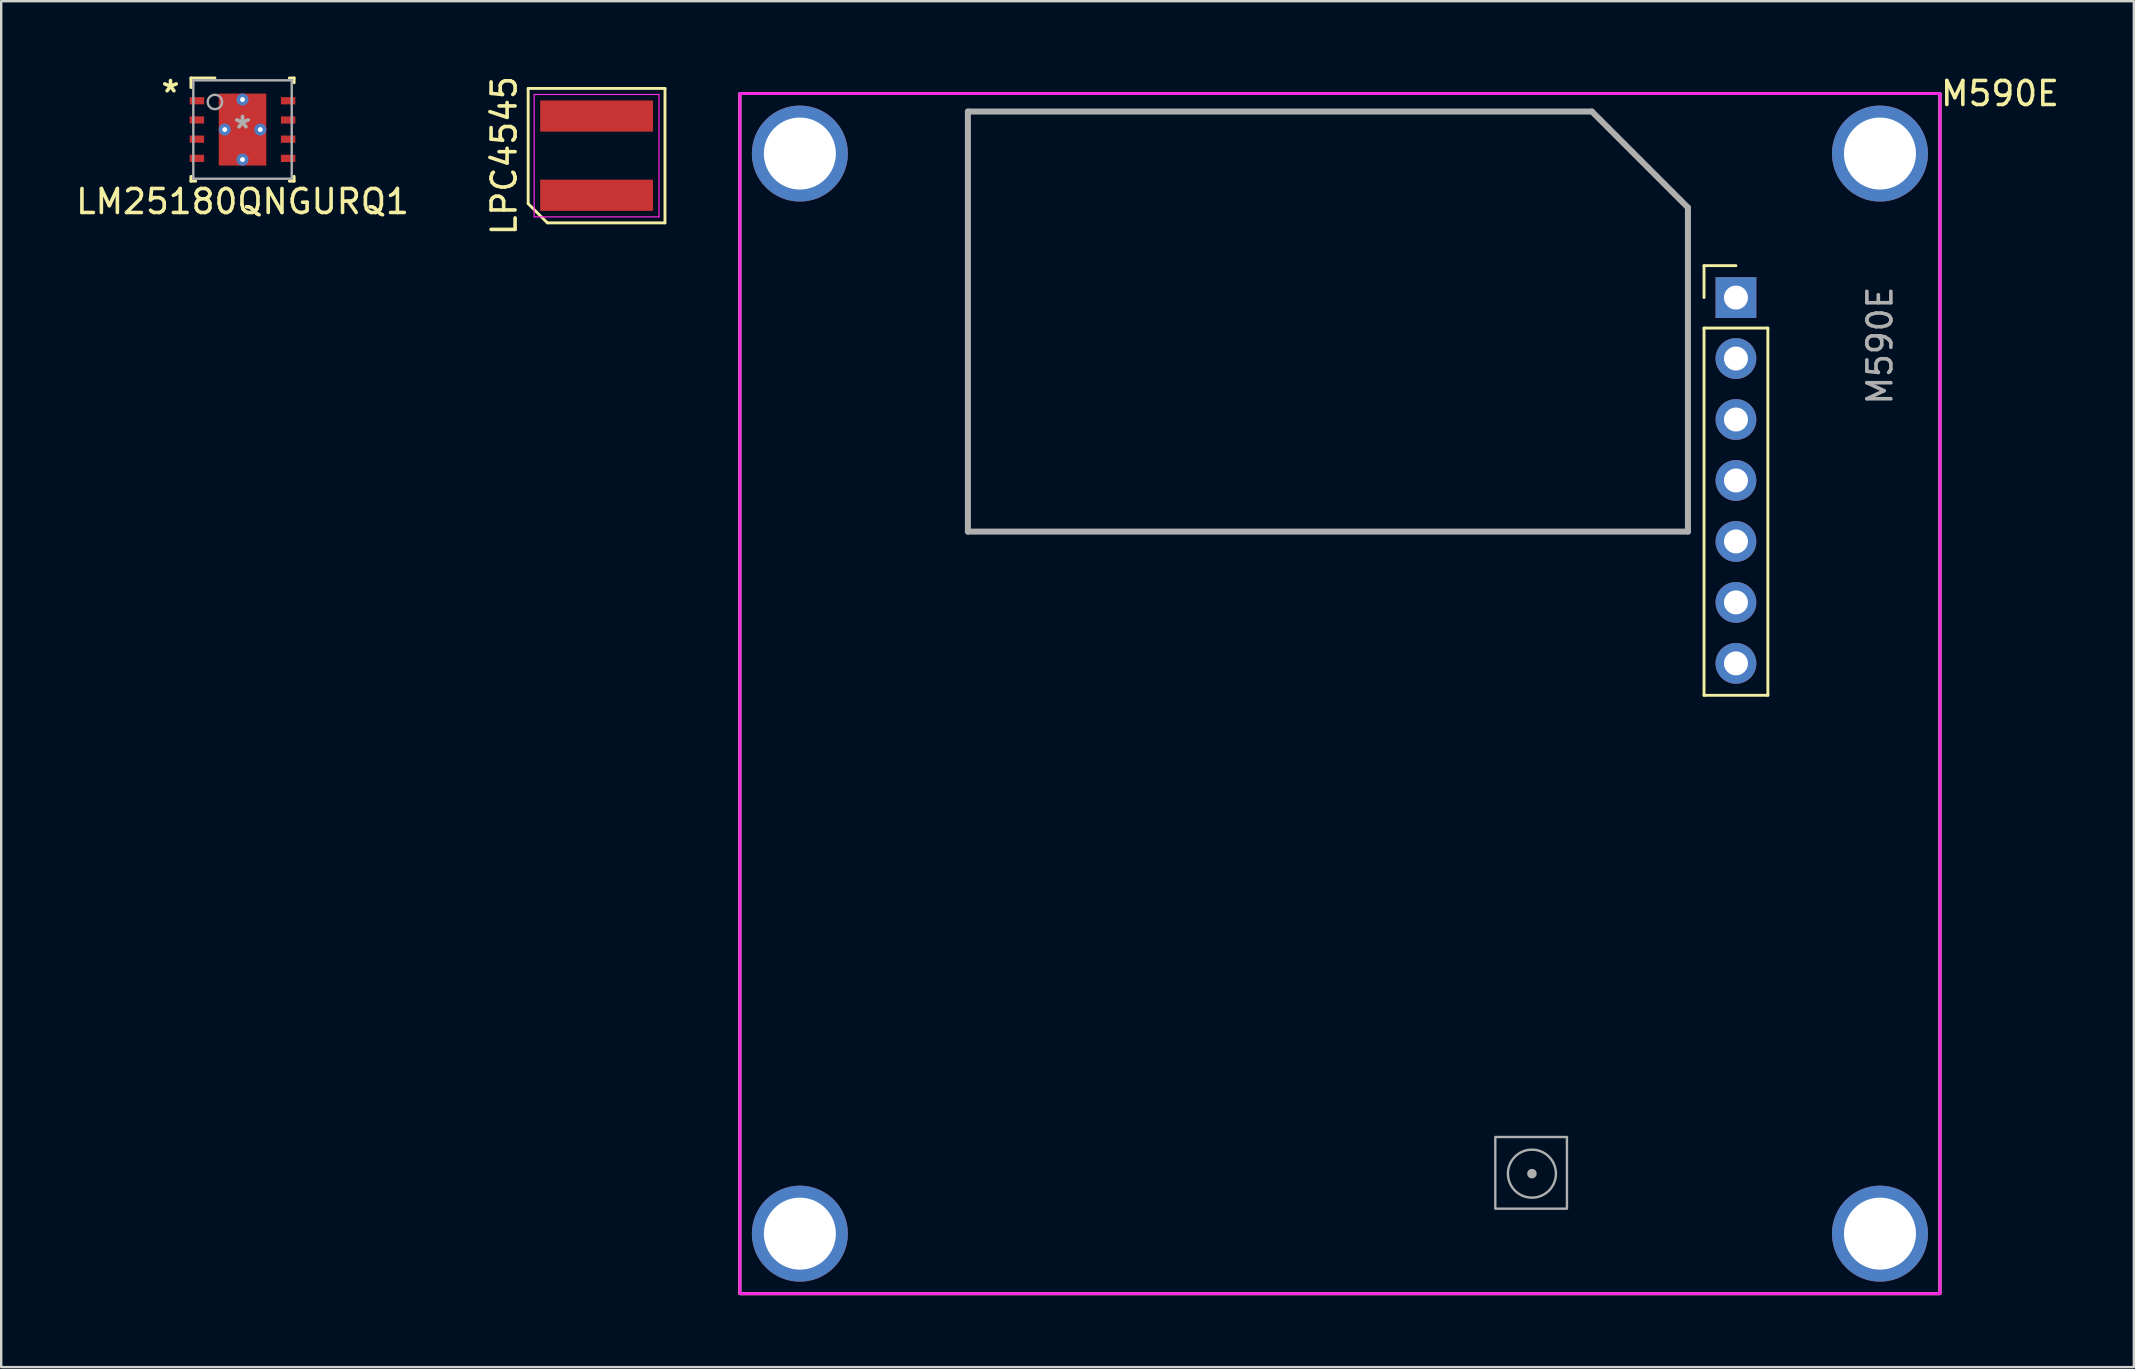
<source format=kicad_pcb>
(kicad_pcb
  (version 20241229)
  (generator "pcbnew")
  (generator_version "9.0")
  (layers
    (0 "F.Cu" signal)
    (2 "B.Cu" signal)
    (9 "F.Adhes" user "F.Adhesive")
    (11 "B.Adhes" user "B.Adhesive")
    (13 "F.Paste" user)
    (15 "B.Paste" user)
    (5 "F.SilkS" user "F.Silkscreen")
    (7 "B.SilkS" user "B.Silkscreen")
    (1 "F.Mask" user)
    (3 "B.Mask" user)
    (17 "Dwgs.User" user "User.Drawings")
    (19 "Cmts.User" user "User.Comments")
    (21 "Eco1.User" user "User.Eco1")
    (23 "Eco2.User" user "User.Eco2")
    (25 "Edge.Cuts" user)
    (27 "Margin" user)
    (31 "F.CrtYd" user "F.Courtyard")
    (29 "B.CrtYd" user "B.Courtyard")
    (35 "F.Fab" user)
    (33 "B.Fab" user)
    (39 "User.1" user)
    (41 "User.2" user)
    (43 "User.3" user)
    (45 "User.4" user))
  (footprint "LM25180QNGURQ1"
    (layer "F.Cu")
    (at 7.054 2.348)
    (property "Reference" "LM25180QNGURQ1" (at 0 3 0) (layer "F.SilkS") (effects (font (size 1 1) (thickness 0.15))))
    (attr through_hole)
    (fp_line (start -2.15 -2.15) (end -1.15 -2.15) (stroke (width 0.12) (type solid)) (layer "F.SilkS"))
    (fp_line (start -2.15 -1.75) (end -2.15 -2.15) (stroke (width 0.12) (type solid)) (layer "F.SilkS"))
    (fp_line (start -2.15 2.15) (end -2.15 1.95) (stroke (width 0.12) (type solid)) (layer "F.SilkS"))
    (fp_line (start -2.15 2.15) (end -1.95 2.15) (stroke (width 0.12) (type solid)) (layer "F.SilkS"))
    (fp_line (start 1.95 -2.15) (end 2.15 -2.15) (stroke (width 0.12) (type solid)) (layer "F.SilkS"))
    (fp_line (start 1.95 2.15) (end 2.15 2.15) (stroke (width 0.12) (type solid)) (layer "F.SilkS"))
    (fp_line (start 2.15 -1.95) (end 2.15 -2.15) (stroke (width 0.12) (type solid)) (layer "F.SilkS"))
    (fp_line (start 2.15 2.15) (end 2.15 1.95) (stroke (width 0.12) (type solid)) (layer "F.SilkS"))
    (fp_poly (pts (xy -0.875 -0.152) (xy -0.875 -1.358) (xy -0.874 -1.368) (xy -0.871 -1.378) (xy -0.866 -1.387) (xy -0.86 -1.395) (xy -0.852 -1.401) (xy -0.843 -1.406) (xy -0.833 -1.409) (xy -0.823 -1.41) (xy 0.823 -1.41) (xy 0.833 -1.409) (xy 0.843 -1.406) (xy 0.852 -1.401) (xy 0.86 -1.395) (xy 0.866 -1.387) (xy 0.871 -1.378) (xy 0.874 -1.368) (xy 0.875 -1.358) (xy 0.875 -0.152) (xy 0.874 -0.142) (xy 0.871 -0.132) (xy 0.866 -0.123) (xy 0.86 -0.115) (xy 0.852 -0.109) (xy 0.843 -0.104) (xy 0.833 -0.101) (xy 0.823 -0.1) (xy -0.823 -0.1) (xy -0.833 -0.101) (xy -0.843 -0.104) (xy -0.852 -0.109) (xy -0.86 -0.115) (xy -0.866 -0.123) (xy -0.871 -0.132) (xy -0.874 -0.142)) (stroke (width 0.1) (type solid)) (fill yes) (layer "F.Paste"))
    (fp_poly (pts (xy -0.875 1.358) (xy -0.875 0.152) (xy -0.874 0.142) (xy -0.871 0.132) (xy -0.866 0.123) (xy -0.86 0.115) (xy -0.852 0.109) (xy -0.843 0.104) (xy -0.833 0.101) (xy -0.823 0.1) (xy 0.823 0.1) (xy 0.833 0.101) (xy 0.843 0.104) (xy 0.852 0.109) (xy 0.86 0.115) (xy 0.866 0.123) (xy 0.871 0.132) (xy 0.874 0.142) (xy 0.875 0.152) (xy 0.875 1.358) (xy 0.874 1.368) (xy 0.871 1.378) (xy 0.866 1.387) (xy 0.86 1.395) (xy 0.852 1.401) (xy 0.843 1.406) (xy 0.833 1.409) (xy 0.823 1.41) (xy -0.823 1.41) (xy -0.833 1.409) (xy -0.843 1.406) (xy -0.852 1.401) (xy -0.86 1.395) (xy -0.866 1.387) (xy -0.871 1.378) (xy -0.874 1.368)) (stroke (width 0.1) (type solid)) (fill yes) (layer "F.Paste"))
    (fp_line (start -2.05 -2.05) (end 2.05 -2.05) (stroke (width 0.1) (type solid)) (layer "F.Fab"))
    (fp_line (start -2.05 2.05) (end -2.05 -2.05) (stroke (width 0.1) (type solid)) (layer "F.Fab"))
    (fp_line (start -2.05 2.05) (end 2.05 2.05) (stroke (width 0.1) (type solid)) (layer "F.Fab"))
    (fp_line (start 2.05 2.05) (end 2.05 -2.05) (stroke (width 0.1) (type solid)) (layer "F.Fab"))
    (fp_circle (center -1.15 -1.15) (end -0.85 -1.15) (stroke (width 0.1) (type solid)) (fill no) (layer "F.Fab"))
    (fp_text user "*" (at -3 -1.5 0) (layer "F.SilkS") (effects (font (size 1 1) (thickness 0.15))))
    (fp_text user "*" (at 0 0 0) (layer "F.Fab") (effects (font (size 1 1) (thickness 0.15))))
    (pad "1" smd rect (at -1.9 -1.2 90) (size 0.3 0.6) (layers "F.Cu" "F.Mask" "F.Paste"))
    (pad "2" smd rect (at -1.9 -0.4 90) (size 0.3 0.6) (layers "F.Cu" "F.Mask" "F.Paste"))
    (pad "3" smd rect (at -1.9 0.4 90) (size 0.3 0.6) (layers "F.Cu" "F.Mask" "F.Paste"))
    (pad "4" smd rect (at -1.9 1.2 90) (size 0.3 0.6) (layers "F.Cu" "F.Mask" "F.Paste"))
    (pad "5" smd rect (at 1.9 1.2 90) (size 0.3 0.6) (layers "F.Cu" "F.Mask" "F.Paste"))
    (pad "6" smd rect (at 1.9 0.4 90) (size 0.3 0.6) (layers "F.Cu" "F.Mask" "F.Paste"))
    (pad "7" smd rect (at 1.9 -0.4 90) (size 0.3 0.6) (layers "F.Cu" "F.Mask" "F.Paste"))
    (pad "8" smd rect (at 1.9 -1.2 90) (size 0.3 0.6) (layers "F.Cu" "F.Mask" "F.Paste"))
    (pad "9" smd rect (at 0 0 90) (size 3 1.98) (layers "F.Cu" "F.Mask" "F.Paste"))
    (pad "V" thru_hole circle (at -0.74 0) (size 0.5 0.5) (drill 0.203) (layers "*.Cu" "*.Mask"))
    (pad "V" thru_hole circle (at 0 -1.25) (size 0.5 0.5) (drill 0.203) (layers "*.Cu" "*.Mask"))
    (pad "V" thru_hole circle (at 0 1.25) (size 0.5 0.5) (drill 0.203) (layers "*.Cu" "*.Mask"))
    (pad "V" thru_hole circle (at 0.74 0) (size 0.5 0.5) (drill 0.203) (layers "*.Cu" "*.Mask")))
  (footprint "LPC4545"
    (layer "F.Cu")
    (at 21.805 3.435)
    (property "Reference" "LPC4545" (at -3.85 0 90) (layer "F.SilkS") (effects (font (size 1 1) (thickness 0.15))))
    (attr smd)
    (fp_line (start -2.85 -2.8) (end 2.85 -2.8) (stroke (width 0.12) (type solid)) (layer "F.SilkS"))
    (fp_line (start -2.85 2) (end -2.85 -2.8) (stroke (width 0.12) (type solid)) (layer "F.SilkS"))
    (fp_line (start -2.05 2.8) (end -2.85 2) (stroke (width 0.12) (type solid)) (layer "F.SilkS"))
    (fp_line (start 2.85 -2.8) (end 2.85 2.8) (stroke (width 0.12) (type solid)) (layer "F.SilkS"))
    (fp_line (start 2.85 2.8) (end -2.05 2.8) (stroke (width 0.12) (type solid)) (layer "F.SilkS"))
    (fp_line (start -2.6 -2.55) (end 2.6 -2.55) (stroke (width 0.05) (type solid)) (layer "F.CrtYd"))
    (fp_line (start -2.6 2.55) (end -2.6 -2.55) (stroke (width 0.05) (type solid)) (layer "F.CrtYd"))
    (fp_line (start 2.6 -2.55) (end 2.6 2.55) (stroke (width 0.05) (type solid)) (layer "F.CrtYd"))
    (fp_line (start 2.6 2.55) (end -2.6 2.55) (stroke (width 0.05) (type solid)) (layer "F.CrtYd"))
    (pad "1" smd rect (at 0 1.65) (size 4.7 1.3) (layers "F.Cu" "F.Mask" "F.Paste"))
    (pad "2" smd rect (at 0 -1.65) (size 4.7 1.3) (layers "F.Cu" "F.Mask" "F.Paste")))
  (footprint "M590E"
    (layer "F.Cu")
    (at 77.775 0.848)
    (property "Reference" "M590E" (at 2.5 0 0) (layer "F.SilkS") (effects (font (size 1 1) (thickness 0.15))))
    (attr through_hole)
    (fp_line (start -9.83 7.17) (end -8.5 7.17) (stroke (width 0.12) (type solid)) (layer "F.SilkS"))
    (fp_line (start -9.83 8.5) (end -9.83 7.17) (stroke (width 0.12) (type solid)) (layer "F.SilkS"))
    (fp_line (start -9.83 9.77) (end -9.83 25.07) (stroke (width 0.12) (type solid)) (layer "F.SilkS"))
    (fp_line (start -9.83 9.77) (end -7.17 9.77) (stroke (width 0.12) (type solid)) (layer "F.SilkS"))
    (fp_line (start -9.83 25.07) (end -7.17 25.07) (stroke (width 0.12) (type solid)) (layer "F.SilkS"))
    (fp_line (start -7.17 9.77) (end -7.17 25.07) (stroke (width 0.12) (type solid)) (layer "F.SilkS"))
    (fp_rect (start -50 0) (end 0 50) (stroke (width 0.12) (type default)) (fill no) (layer "F.SilkS"))
    (fp_rect (start -50 0) (end 0 50) (stroke (width 0.12) (type default)) (fill no) (layer "F.CrtYd"))
    (fp_line (start -40.5 0.75) (end -14.5 0.75) (stroke (width 0.25) (type default)) (layer "F.Fab"))
    (fp_line (start -40.5 18.25) (end -40.5 0.75) (stroke (width 0.25) (type default)) (layer "F.Fab"))
    (fp_line (start -14.5 0.75) (end -10.5 4.75) (stroke (width 0.25) (type default)) (layer "F.Fab"))
    (fp_line (start -10.5 4.75) (end -10.5 18.25) (stroke (width 0.25) (type default)) (layer "F.Fab"))
    (fp_line (start -10.5 18.25) (end -40.5 18.25) (stroke (width 0.25) (type default)) (layer "F.Fab"))
    (fp_rect (start -50 0) (end 0 50) (stroke (width 0.12) (type default)) (fill no) (layer "F.Fab"))
    (fp_rect (start -18.527 43.473) (end -15.541 46.459) (stroke (width 0.1) (type default)) (fill no) (layer "F.Fab"))
    (fp_circle (center -17 45) (end -17 46) (stroke (width 0.1) (type default)) (fill no) (layer "F.Fab"))
    (fp_circle (center -17 45) (end -16.9 45) (stroke (width 0.2) (type default)) (fill no) (layer "F.Fab"))
    (fp_text user "${REFERENCE}" (at -2.5 10.5 90) (layer "F.Fab") (effects (font (size 1 1) (thickness 0.15))))
    (pad "" np_thru_hole circle (at -47.5 2.5) (size 4 4) (drill 3) (layers "*.Cu" "*.Mask"))
    (pad "" np_thru_hole circle (at -47.5 47.5) (size 4 4) (drill 3) (layers "*.Cu" "*.Mask"))
    (pad "" np_thru_hole circle (at -2.5 2.5) (size 4 4) (drill 3) (layers "*.Cu" "*.Mask"))
    (pad "" np_thru_hole circle (at -2.5 47.5) (size 4 4) (drill 3) (layers "*.Cu" "*.Mask"))
    (pad "1" thru_hole rect (at -8.5 8.5) (size 1.7 1.7) (drill 1) (layers "*.Cu" "*.Mask"))
    (pad "2" thru_hole oval (at -8.5 11.04) (size 1.7 1.7) (drill 1) (layers "*.Cu" "*.Mask"))
    (pad "3" thru_hole oval (at -8.5 13.58) (size 1.7 1.7) (drill 1) (layers "*.Cu" "*.Mask"))
    (pad "4" thru_hole oval (at -8.5 16.12) (size 1.7 1.7) (drill 1) (layers "*.Cu" "*.Mask"))
    (pad "5" thru_hole oval (at -8.5 18.66) (size 1.7 1.7) (drill 1) (layers "*.Cu" "*.Mask"))
    (pad "6" thru_hole oval (at -8.5 21.2) (size 1.7 1.7) (drill 1) (layers "*.Cu" "*.Mask"))
    (pad "7" thru_hole oval (at -8.5 23.74) (size 1.7 1.7) (drill 1) (layers "*.Cu" "*.Mask")))
  (gr_rect
    (start -3 -3)
    (end 85.853 53.908)
    (stroke (width 0.1) (type default))
    (fill no)
    (layer "Edge.Cuts")))
</source>
